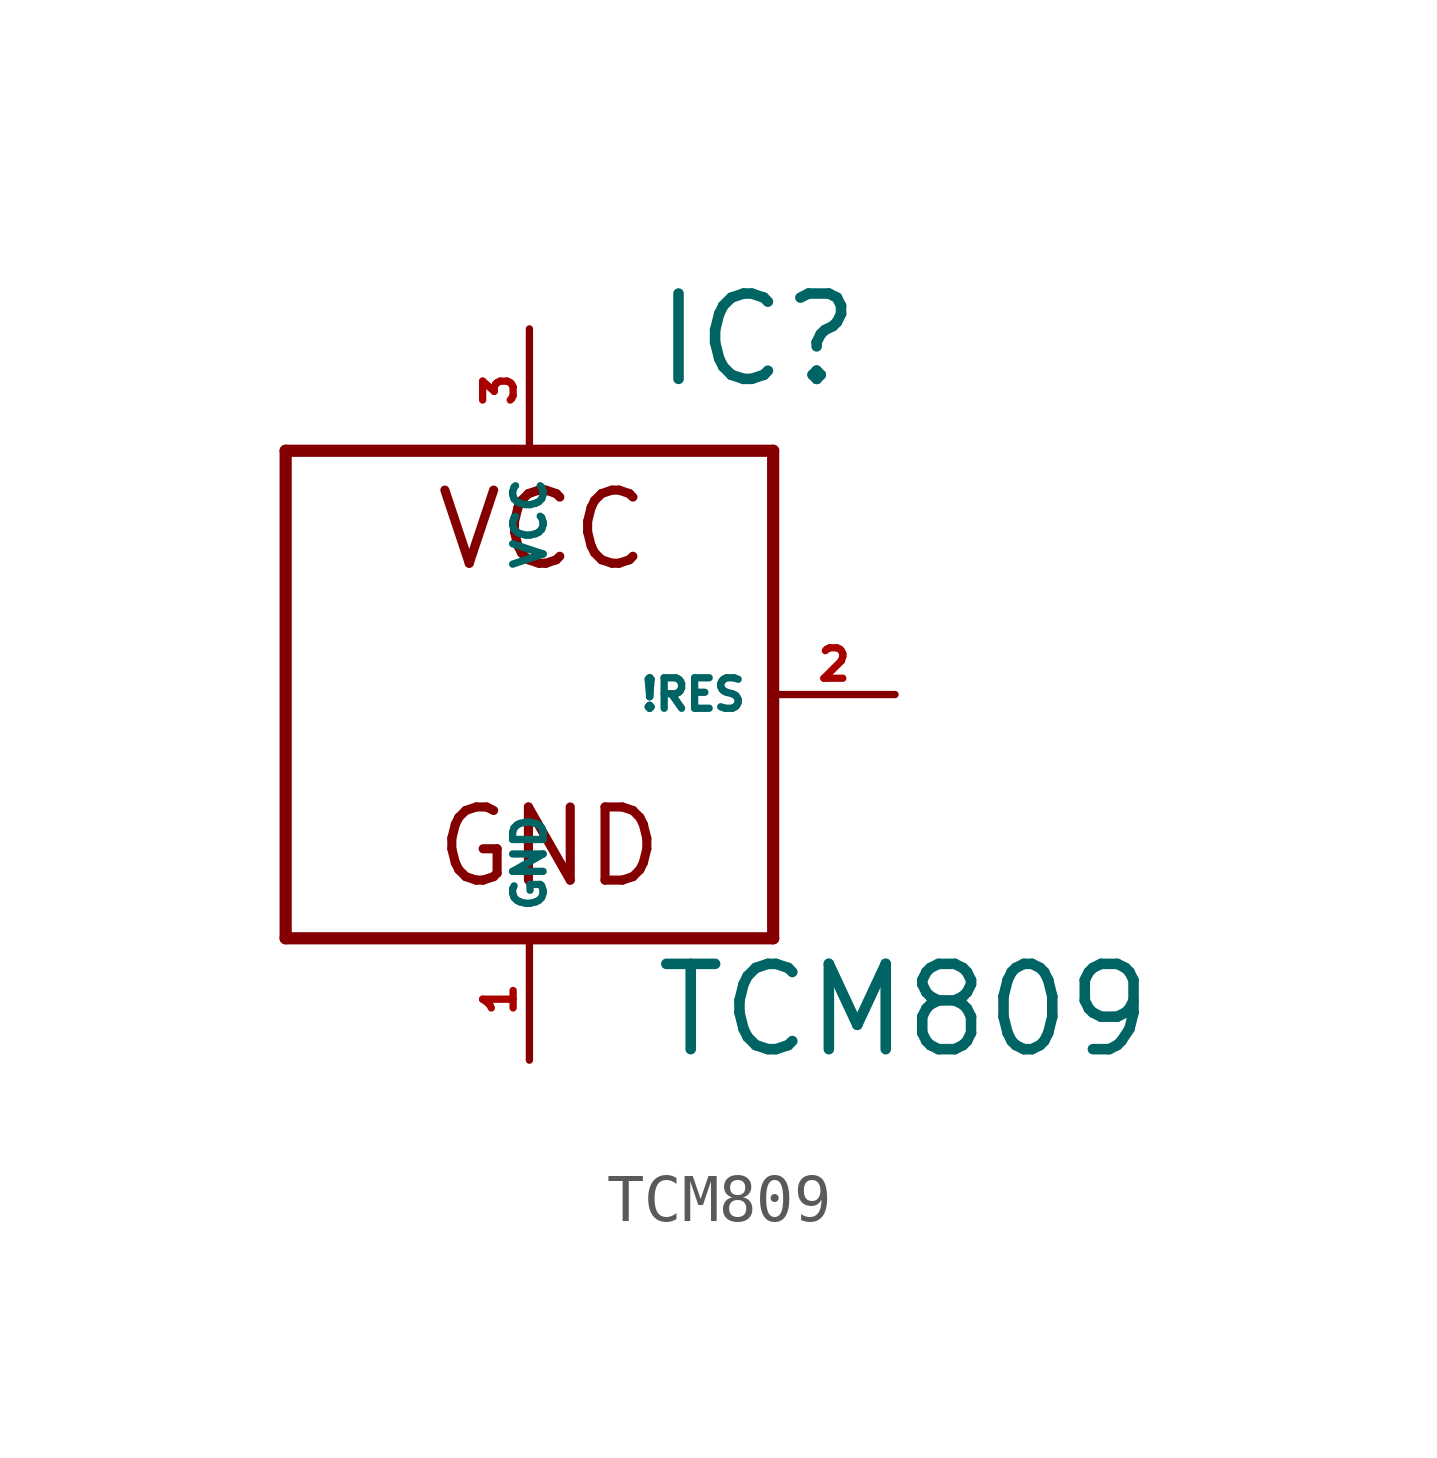
<source format=kicad_sym>
(kicad_symbol_lib
  (version 20220914)
  (generator Eagle2Kicad)
  (symbol "TCM809"
    (property "Reference" "IC"
      (at 2.54 6.35 0)
      (effects (font (size 1.778 1.778) (thickness 0.22)) (justify left bottom)))
    (property "Value" "TCM809"
      (at 2.54 -7.62 0)
      (effects (font (size 1.778 1.778) (thickness 0.22)) (justify left bottom)))
    (polyline
      (pts (xy -5.08 5.08) (xy 5.08 5.08))
      (stroke (width 0.254) (type default))
      (fill (type none)))
    (polyline
      (pts (xy 5.08 5.08) (xy 5.08 -5.08))
      (stroke (width 0.254) (type default))
      (fill (type none)))
    (polyline
      (pts (xy 5.08 -5.08) (xy -5.08 -5.08))
      (stroke (width 0.254) (type default))
      (fill (type none)))
    (polyline
      (pts (xy -5.08 -5.08) (xy -5.08 5.08))
      (stroke (width 0.254) (type default))
      (fill (type none)))
    (text "VCC"
      (at -2.032 2.54 0)
      (effects (font (size 1.524 1.524) (thickness 0.19)) (justify left bottom)))
    (text "GND"
      (at -2.032 -4.064 0)
      (effects (font (size 1.524 1.524) (thickness 0.19)) (justify left bottom)))
    (pin unspecified line
      (at 0 7.62 270)
      (length 2.54)
      (name "VCC" (effects (font (size 0.635 0.635) (thickness 0.08)) (justify left bottom)))
      (number "3" (effects (font (size 0.635 0.635) (thickness 0.08)) (justify left bottom))))
    (pin unspecified line
      (at 0 -7.62 90)
      (length 2.54)
      (name "GND" (effects (font (size 0.635 0.635) (thickness 0.08)) (justify left bottom)))
      (number "1" (effects (font (size 0.635 0.635) (thickness 0.08)) (justify left bottom))))
    (pin output line
      (at 7.62 0 180)
      (length 2.54)
      (name "!RES" (effects (font (size 0.635 0.635) (thickness 0.08)) (justify left bottom)))
      (number "2" (effects (font (size 0.635 0.635) (thickness 0.08)) (justify left bottom))))))
</source>
